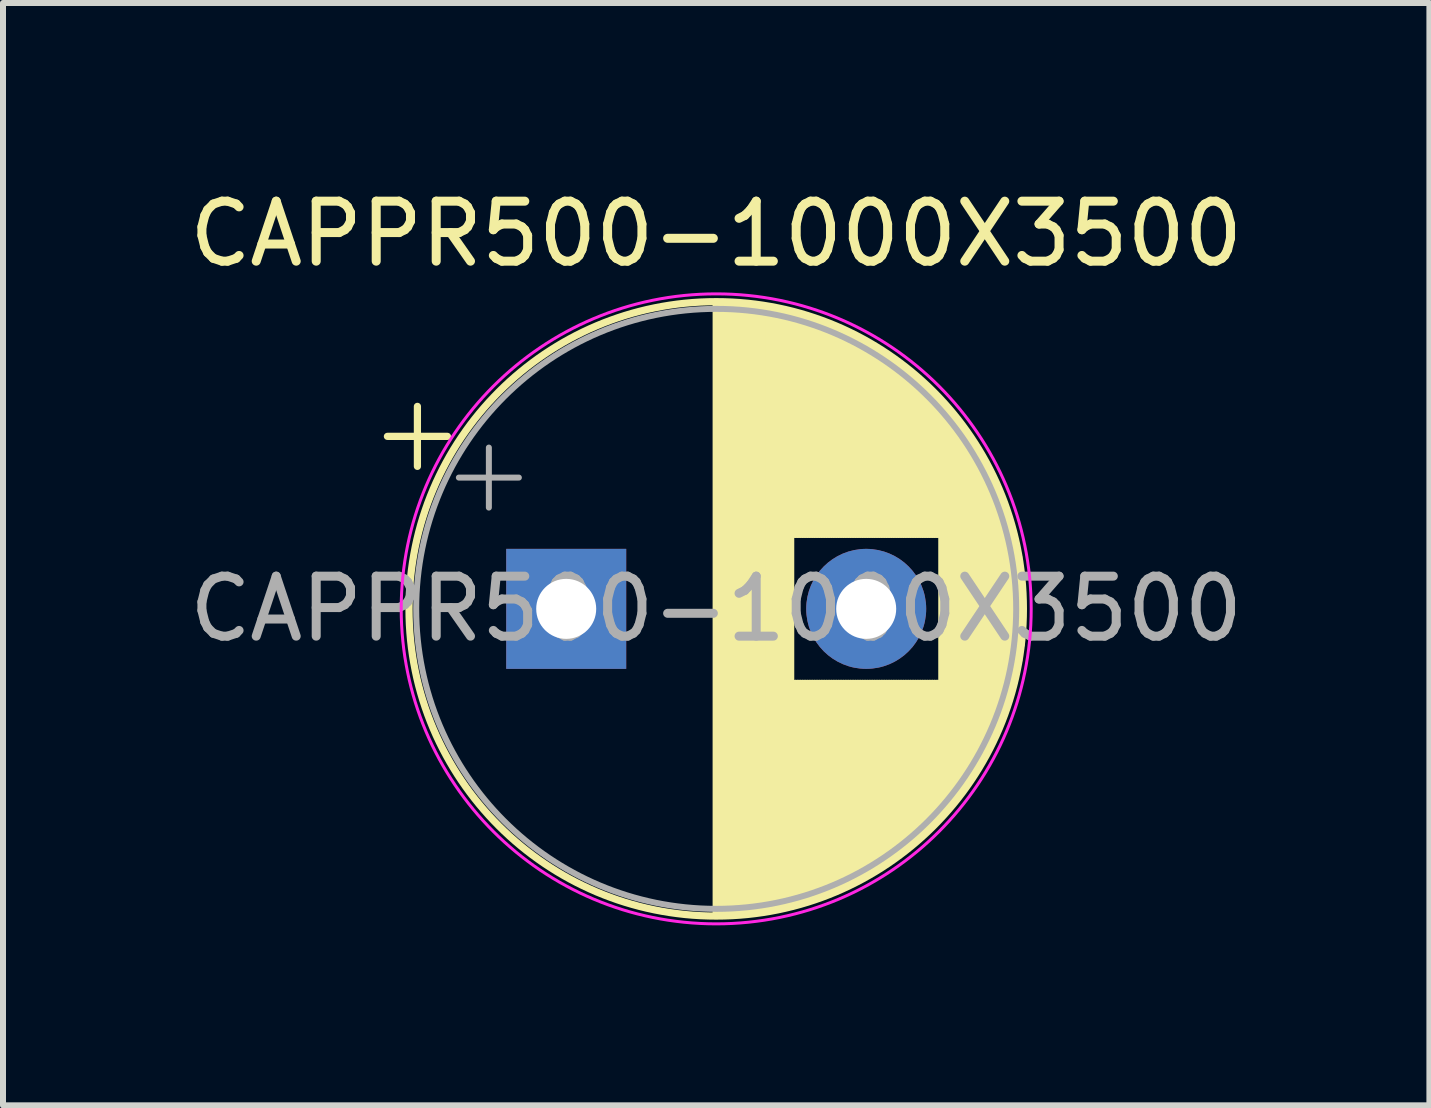
<source format=kicad_pcb>
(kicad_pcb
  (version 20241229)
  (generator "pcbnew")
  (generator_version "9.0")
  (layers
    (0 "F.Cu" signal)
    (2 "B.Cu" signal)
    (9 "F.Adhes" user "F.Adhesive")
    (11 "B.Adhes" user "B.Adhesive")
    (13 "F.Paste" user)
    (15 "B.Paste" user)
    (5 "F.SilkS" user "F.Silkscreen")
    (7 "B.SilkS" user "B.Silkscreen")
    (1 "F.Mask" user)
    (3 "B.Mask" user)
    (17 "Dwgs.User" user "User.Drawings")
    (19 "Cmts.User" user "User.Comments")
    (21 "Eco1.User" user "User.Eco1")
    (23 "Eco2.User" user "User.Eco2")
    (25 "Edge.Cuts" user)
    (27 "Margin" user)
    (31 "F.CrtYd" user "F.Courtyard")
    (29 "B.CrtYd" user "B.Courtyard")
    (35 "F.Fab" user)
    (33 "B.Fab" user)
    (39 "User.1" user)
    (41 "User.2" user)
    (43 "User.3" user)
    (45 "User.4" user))
  (footprint "CAPPR500-1000X3500"
    (layer "F.Cu")
    (at 6.387 7.098)
    (property "Reference" "CAPPR500-1000X3500" (at 2.5 -6.25 0) (layer "F.SilkS") (effects (font (size 1 1) (thickness 0.15))))
    (attr through_hole)
    (fp_line (start -2.98 -2.875) (end -1.98 -2.875) (stroke (width 0.12) (type solid)) (layer "F.SilkS"))
    (fp_line (start -2.48 -3.375) (end -2.48 -2.375) (stroke (width 0.12) (type solid)) (layer "F.SilkS"))
    (fp_line (start 2.5 -5.08) (end 2.5 5.08) (stroke (width 0.12) (type solid)) (layer "F.SilkS"))
    (fp_line (start 2.54 -5.08) (end 2.54 5.08) (stroke (width 0.12) (type solid)) (layer "F.SilkS"))
    (fp_line (start 2.58 -5.08) (end 2.58 5.08) (stroke (width 0.12) (type solid)) (layer "F.SilkS"))
    (fp_line (start 2.62 -5.079) (end 2.62 5.079) (stroke (width 0.12) (type solid)) (layer "F.SilkS"))
    (fp_line (start 2.66 -5.078) (end 2.66 5.078) (stroke (width 0.12) (type solid)) (layer "F.SilkS"))
    (fp_line (start 2.7 -5.077) (end 2.7 5.077) (stroke (width 0.12) (type solid)) (layer "F.SilkS"))
    (fp_line (start 2.74 -5.075) (end 2.74 5.075) (stroke (width 0.12) (type solid)) (layer "F.SilkS"))
    (fp_line (start 2.78 -5.073) (end 2.78 5.073) (stroke (width 0.12) (type solid)) (layer "F.SilkS"))
    (fp_line (start 2.82 -5.07) (end 2.82 5.07) (stroke (width 0.12) (type solid)) (layer "F.SilkS"))
    (fp_line (start 2.86 -5.068) (end 2.86 5.068) (stroke (width 0.12) (type solid)) (layer "F.SilkS"))
    (fp_line (start 2.9 -5.065) (end 2.9 5.065) (stroke (width 0.12) (type solid)) (layer "F.SilkS"))
    (fp_line (start 2.94 -5.062) (end 2.94 5.062) (stroke (width 0.12) (type solid)) (layer "F.SilkS"))
    (fp_line (start 2.98 -5.058) (end 2.98 5.058) (stroke (width 0.12) (type solid)) (layer "F.SilkS"))
    (fp_line (start 3.02 -5.054) (end 3.02 5.054) (stroke (width 0.12) (type solid)) (layer "F.SilkS"))
    (fp_line (start 3.06 -5.05) (end 3.06 5.05) (stroke (width 0.12) (type solid)) (layer "F.SilkS"))
    (fp_line (start 3.1 -5.045) (end 3.1 5.045) (stroke (width 0.12) (type solid)) (layer "F.SilkS"))
    (fp_line (start 3.14 -5.04) (end 3.14 5.04) (stroke (width 0.12) (type solid)) (layer "F.SilkS"))
    (fp_line (start 3.18 -5.035) (end 3.18 5.035) (stroke (width 0.12) (type solid)) (layer "F.SilkS"))
    (fp_line (start 3.221 -5.03) (end 3.221 5.03) (stroke (width 0.12) (type solid)) (layer "F.SilkS"))
    (fp_line (start 3.261 -5.024) (end 3.261 5.024) (stroke (width 0.12) (type solid)) (layer "F.SilkS"))
    (fp_line (start 3.301 -5.018) (end 3.301 5.018) (stroke (width 0.12) (type solid)) (layer "F.SilkS"))
    (fp_line (start 3.341 -5.011) (end 3.341 5.011) (stroke (width 0.12) (type solid)) (layer "F.SilkS"))
    (fp_line (start 3.381 -5.004) (end 3.381 5.004) (stroke (width 0.12) (type solid)) (layer "F.SilkS"))
    (fp_line (start 3.421 -4.997) (end 3.421 4.997) (stroke (width 0.12) (type solid)) (layer "F.SilkS"))
    (fp_line (start 3.461 -4.99) (end 3.461 4.99) (stroke (width 0.12) (type solid)) (layer "F.SilkS"))
    (fp_line (start 3.501 -4.982) (end 3.501 4.982) (stroke (width 0.12) (type solid)) (layer "F.SilkS"))
    (fp_line (start 3.541 -4.974) (end 3.541 4.974) (stroke (width 0.12) (type solid)) (layer "F.SilkS"))
    (fp_line (start 3.581 -4.965) (end 3.581 4.965) (stroke (width 0.12) (type solid)) (layer "F.SilkS"))
    (fp_line (start 3.621 -4.956) (end 3.621 4.956) (stroke (width 0.12) (type solid)) (layer "F.SilkS"))
    (fp_line (start 3.661 -4.947) (end 3.661 4.947) (stroke (width 0.12) (type solid)) (layer "F.SilkS"))
    (fp_line (start 3.701 -4.938) (end 3.701 4.938) (stroke (width 0.12) (type solid)) (layer "F.SilkS"))
    (fp_line (start 3.741 -4.928) (end 3.741 4.928) (stroke (width 0.12) (type solid)) (layer "F.SilkS"))
    (fp_line (start 3.781 -4.918) (end 3.781 -1.241) (stroke (width 0.12) (type solid)) (layer "F.SilkS"))
    (fp_line (start 3.781 1.241) (end 3.781 4.918) (stroke (width 0.12) (type solid)) (layer "F.SilkS"))
    (fp_line (start 3.821 -4.907) (end 3.821 -1.241) (stroke (width 0.12) (type solid)) (layer "F.SilkS"))
    (fp_line (start 3.821 1.241) (end 3.821 4.907) (stroke (width 0.12) (type solid)) (layer "F.SilkS"))
    (fp_line (start 3.861 -4.897) (end 3.861 -1.241) (stroke (width 0.12) (type solid)) (layer "F.SilkS"))
    (fp_line (start 3.861 1.241) (end 3.861 4.897) (stroke (width 0.12) (type solid)) (layer "F.SilkS"))
    (fp_line (start 3.901 -4.885) (end 3.901 -1.241) (stroke (width 0.12) (type solid)) (layer "F.SilkS"))
    (fp_line (start 3.901 1.241) (end 3.901 4.885) (stroke (width 0.12) (type solid)) (layer "F.SilkS"))
    (fp_line (start 3.941 -4.874) (end 3.941 -1.241) (stroke (width 0.12) (type solid)) (layer "F.SilkS"))
    (fp_line (start 3.941 1.241) (end 3.941 4.874) (stroke (width 0.12) (type solid)) (layer "F.SilkS"))
    (fp_line (start 3.981 -4.862) (end 3.981 -1.241) (stroke (width 0.12) (type solid)) (layer "F.SilkS"))
    (fp_line (start 3.981 1.241) (end 3.981 4.862) (stroke (width 0.12) (type solid)) (layer "F.SilkS"))
    (fp_line (start 4.021 -4.85) (end 4.021 -1.241) (stroke (width 0.12) (type solid)) (layer "F.SilkS"))
    (fp_line (start 4.021 1.241) (end 4.021 4.85) (stroke (width 0.12) (type solid)) (layer "F.SilkS"))
    (fp_line (start 4.061 -4.837) (end 4.061 -1.241) (stroke (width 0.12) (type solid)) (layer "F.SilkS"))
    (fp_line (start 4.061 1.241) (end 4.061 4.837) (stroke (width 0.12) (type solid)) (layer "F.SilkS"))
    (fp_line (start 4.101 -4.824) (end 4.101 -1.241) (stroke (width 0.12) (type solid)) (layer "F.SilkS"))
    (fp_line (start 4.101 1.241) (end 4.101 4.824) (stroke (width 0.12) (type solid)) (layer "F.SilkS"))
    (fp_line (start 4.141 -4.811) (end 4.141 -1.241) (stroke (width 0.12) (type solid)) (layer "F.SilkS"))
    (fp_line (start 4.141 1.241) (end 4.141 4.811) (stroke (width 0.12) (type solid)) (layer "F.SilkS"))
    (fp_line (start 4.181 -4.797) (end 4.181 -1.241) (stroke (width 0.12) (type solid)) (layer "F.SilkS"))
    (fp_line (start 4.181 1.241) (end 4.181 4.797) (stroke (width 0.12) (type solid)) (layer "F.SilkS"))
    (fp_line (start 4.221 -4.783) (end 4.221 -1.241) (stroke (width 0.12) (type solid)) (layer "F.SilkS"))
    (fp_line (start 4.221 1.241) (end 4.221 4.783) (stroke (width 0.12) (type solid)) (layer "F.SilkS"))
    (fp_line (start 4.261 -4.768) (end 4.261 -1.241) (stroke (width 0.12) (type solid)) (layer "F.SilkS"))
    (fp_line (start 4.261 1.241) (end 4.261 4.768) (stroke (width 0.12) (type solid)) (layer "F.SilkS"))
    (fp_line (start 4.301 -4.754) (end 4.301 -1.241) (stroke (width 0.12) (type solid)) (layer "F.SilkS"))
    (fp_line (start 4.301 1.241) (end 4.301 4.754) (stroke (width 0.12) (type solid)) (layer "F.SilkS"))
    (fp_line (start 4.341 -4.738) (end 4.341 -1.241) (stroke (width 0.12) (type solid)) (layer "F.SilkS"))
    (fp_line (start 4.341 1.241) (end 4.341 4.738) (stroke (width 0.12) (type solid)) (layer "F.SilkS"))
    (fp_line (start 4.381 -4.723) (end 4.381 -1.241) (stroke (width 0.12) (type solid)) (layer "F.SilkS"))
    (fp_line (start 4.381 1.241) (end 4.381 4.723) (stroke (width 0.12) (type solid)) (layer "F.SilkS"))
    (fp_line (start 4.421 -4.707) (end 4.421 -1.241) (stroke (width 0.12) (type solid)) (layer "F.SilkS"))
    (fp_line (start 4.421 1.241) (end 4.421 4.707) (stroke (width 0.12) (type solid)) (layer "F.SilkS"))
    (fp_line (start 4.461 -4.69) (end 4.461 -1.241) (stroke (width 0.12) (type solid)) (layer "F.SilkS"))
    (fp_line (start 4.461 1.241) (end 4.461 4.69) (stroke (width 0.12) (type solid)) (layer "F.SilkS"))
    (fp_line (start 4.501 -4.674) (end 4.501 -1.241) (stroke (width 0.12) (type solid)) (layer "F.SilkS"))
    (fp_line (start 4.501 1.241) (end 4.501 4.674) (stroke (width 0.12) (type solid)) (layer "F.SilkS"))
    (fp_line (start 4.541 -4.657) (end 4.541 -1.241) (stroke (width 0.12) (type solid)) (layer "F.SilkS"))
    (fp_line (start 4.541 1.241) (end 4.541 4.657) (stroke (width 0.12) (type solid)) (layer "F.SilkS"))
    (fp_line (start 4.581 -4.639) (end 4.581 -1.241) (stroke (width 0.12) (type solid)) (layer "F.SilkS"))
    (fp_line (start 4.581 1.241) (end 4.581 4.639) (stroke (width 0.12) (type solid)) (layer "F.SilkS"))
    (fp_line (start 4.621 -4.621) (end 4.621 -1.241) (stroke (width 0.12) (type solid)) (layer "F.SilkS"))
    (fp_line (start 4.621 1.241) (end 4.621 4.621) (stroke (width 0.12) (type solid)) (layer "F.SilkS"))
    (fp_line (start 4.661 -4.603) (end 4.661 -1.241) (stroke (width 0.12) (type solid)) (layer "F.SilkS"))
    (fp_line (start 4.661 1.241) (end 4.661 4.603) (stroke (width 0.12) (type solid)) (layer "F.SilkS"))
    (fp_line (start 4.701 -4.584) (end 4.701 -1.241) (stroke (width 0.12) (type solid)) (layer "F.SilkS"))
    (fp_line (start 4.701 1.241) (end 4.701 4.584) (stroke (width 0.12) (type solid)) (layer "F.SilkS"))
    (fp_line (start 4.741 -4.564) (end 4.741 -1.241) (stroke (width 0.12) (type solid)) (layer "F.SilkS"))
    (fp_line (start 4.741 1.241) (end 4.741 4.564) (stroke (width 0.12) (type solid)) (layer "F.SilkS"))
    (fp_line (start 4.781 -4.545) (end 4.781 -1.241) (stroke (width 0.12) (type solid)) (layer "F.SilkS"))
    (fp_line (start 4.781 1.241) (end 4.781 4.545) (stroke (width 0.12) (type solid)) (layer "F.SilkS"))
    (fp_line (start 4.821 -4.525) (end 4.821 -1.241) (stroke (width 0.12) (type solid)) (layer "F.SilkS"))
    (fp_line (start 4.821 1.241) (end 4.821 4.525) (stroke (width 0.12) (type solid)) (layer "F.SilkS"))
    (fp_line (start 4.861 -4.504) (end 4.861 -1.241) (stroke (width 0.12) (type solid)) (layer "F.SilkS"))
    (fp_line (start 4.861 1.241) (end 4.861 4.504) (stroke (width 0.12) (type solid)) (layer "F.SilkS"))
    (fp_line (start 4.901 -4.483) (end 4.901 -1.241) (stroke (width 0.12) (type solid)) (layer "F.SilkS"))
    (fp_line (start 4.901 1.241) (end 4.901 4.483) (stroke (width 0.12) (type solid)) (layer "F.SilkS"))
    (fp_line (start 4.941 -4.462) (end 4.941 -1.241) (stroke (width 0.12) (type solid)) (layer "F.SilkS"))
    (fp_line (start 4.941 1.241) (end 4.941 4.462) (stroke (width 0.12) (type solid)) (layer "F.SilkS"))
    (fp_line (start 4.981 -4.44) (end 4.981 -1.241) (stroke (width 0.12) (type solid)) (layer "F.SilkS"))
    (fp_line (start 4.981 1.241) (end 4.981 4.44) (stroke (width 0.12) (type solid)) (layer "F.SilkS"))
    (fp_line (start 5.021 -4.417) (end 5.021 -1.241) (stroke (width 0.12) (type solid)) (layer "F.SilkS"))
    (fp_line (start 5.021 1.241) (end 5.021 4.417) (stroke (width 0.12) (type solid)) (layer "F.SilkS"))
    (fp_line (start 5.061 -4.395) (end 5.061 -1.241) (stroke (width 0.12) (type solid)) (layer "F.SilkS"))
    (fp_line (start 5.061 1.241) (end 5.061 4.395) (stroke (width 0.12) (type solid)) (layer "F.SilkS"))
    (fp_line (start 5.101 -4.371) (end 5.101 -1.241) (stroke (width 0.12) (type solid)) (layer "F.SilkS"))
    (fp_line (start 5.101 1.241) (end 5.101 4.371) (stroke (width 0.12) (type solid)) (layer "F.SilkS"))
    (fp_line (start 5.141 -4.347) (end 5.141 -1.241) (stroke (width 0.12) (type solid)) (layer "F.SilkS"))
    (fp_line (start 5.141 1.241) (end 5.141 4.347) (stroke (width 0.12) (type solid)) (layer "F.SilkS"))
    (fp_line (start 5.181 -4.323) (end 5.181 -1.241) (stroke (width 0.12) (type solid)) (layer "F.SilkS"))
    (fp_line (start 5.181 1.241) (end 5.181 4.323) (stroke (width 0.12) (type solid)) (layer "F.SilkS"))
    (fp_line (start 5.221 -4.298) (end 5.221 -1.241) (stroke (width 0.12) (type solid)) (layer "F.SilkS"))
    (fp_line (start 5.221 1.241) (end 5.221 4.298) (stroke (width 0.12) (type solid)) (layer "F.SilkS"))
    (fp_line (start 5.261 -4.273) (end 5.261 -1.241) (stroke (width 0.12) (type solid)) (layer "F.SilkS"))
    (fp_line (start 5.261 1.241) (end 5.261 4.273) (stroke (width 0.12) (type solid)) (layer "F.SilkS"))
    (fp_line (start 5.301 -4.247) (end 5.301 -1.241) (stroke (width 0.12) (type solid)) (layer "F.SilkS"))
    (fp_line (start 5.301 1.241) (end 5.301 4.247) (stroke (width 0.12) (type solid)) (layer "F.SilkS"))
    (fp_line (start 5.341 -4.221) (end 5.341 -1.241) (stroke (width 0.12) (type solid)) (layer "F.SilkS"))
    (fp_line (start 5.341 1.241) (end 5.341 4.221) (stroke (width 0.12) (type solid)) (layer "F.SilkS"))
    (fp_line (start 5.381 -4.194) (end 5.381 -1.241) (stroke (width 0.12) (type solid)) (layer "F.SilkS"))
    (fp_line (start 5.381 1.241) (end 5.381 4.194) (stroke (width 0.12) (type solid)) (layer "F.SilkS"))
    (fp_line (start 5.421 -4.166) (end 5.421 -1.241) (stroke (width 0.12) (type solid)) (layer "F.SilkS"))
    (fp_line (start 5.421 1.241) (end 5.421 4.166) (stroke (width 0.12) (type solid)) (layer "F.SilkS"))
    (fp_line (start 5.461 -4.138) (end 5.461 -1.241) (stroke (width 0.12) (type solid)) (layer "F.SilkS"))
    (fp_line (start 5.461 1.241) (end 5.461 4.138) (stroke (width 0.12) (type solid)) (layer "F.SilkS"))
    (fp_line (start 5.501 -4.11) (end 5.501 -1.241) (stroke (width 0.12) (type solid)) (layer "F.SilkS"))
    (fp_line (start 5.501 1.241) (end 5.501 4.11) (stroke (width 0.12) (type solid)) (layer "F.SilkS"))
    (fp_line (start 5.541 -4.08) (end 5.541 -1.241) (stroke (width 0.12) (type solid)) (layer "F.SilkS"))
    (fp_line (start 5.541 1.241) (end 5.541 4.08) (stroke (width 0.12) (type solid)) (layer "F.SilkS"))
    (fp_line (start 5.581 -4.05) (end 5.581 -1.241) (stroke (width 0.12) (type solid)) (layer "F.SilkS"))
    (fp_line (start 5.581 1.241) (end 5.581 4.05) (stroke (width 0.12) (type solid)) (layer "F.SilkS"))
    (fp_line (start 5.621 -4.02) (end 5.621 -1.241) (stroke (width 0.12) (type solid)) (layer "F.SilkS"))
    (fp_line (start 5.621 1.241) (end 5.621 4.02) (stroke (width 0.12) (type solid)) (layer "F.SilkS"))
    (fp_line (start 5.661 -3.989) (end 5.661 -1.241) (stroke (width 0.12) (type solid)) (layer "F.SilkS"))
    (fp_line (start 5.661 1.241) (end 5.661 3.989) (stroke (width 0.12) (type solid)) (layer "F.SilkS"))
    (fp_line (start 5.701 -3.957) (end 5.701 -1.241) (stroke (width 0.12) (type solid)) (layer "F.SilkS"))
    (fp_line (start 5.701 1.241) (end 5.701 3.957) (stroke (width 0.12) (type solid)) (layer "F.SilkS"))
    (fp_line (start 5.741 -3.925) (end 5.741 -1.241) (stroke (width 0.12) (type solid)) (layer "F.SilkS"))
    (fp_line (start 5.741 1.241) (end 5.741 3.925) (stroke (width 0.12) (type solid)) (layer "F.SilkS"))
    (fp_line (start 5.781 -3.892) (end 5.781 -1.241) (stroke (width 0.12) (type solid)) (layer "F.SilkS"))
    (fp_line (start 5.781 1.241) (end 5.781 3.892) (stroke (width 0.12) (type solid)) (layer "F.SilkS"))
    (fp_line (start 5.821 -3.858) (end 5.821 -1.241) (stroke (width 0.12) (type solid)) (layer "F.SilkS"))
    (fp_line (start 5.821 1.241) (end 5.821 3.858) (stroke (width 0.12) (type solid)) (layer "F.SilkS"))
    (fp_line (start 5.861 -3.824) (end 5.861 -1.241) (stroke (width 0.12) (type solid)) (layer "F.SilkS"))
    (fp_line (start 5.861 1.241) (end 5.861 3.824) (stroke (width 0.12) (type solid)) (layer "F.SilkS"))
    (fp_line (start 5.901 -3.789) (end 5.901 -1.241) (stroke (width 0.12) (type solid)) (layer "F.SilkS"))
    (fp_line (start 5.901 1.241) (end 5.901 3.789) (stroke (width 0.12) (type solid)) (layer "F.SilkS"))
    (fp_line (start 5.941 -3.753) (end 5.941 -1.241) (stroke (width 0.12) (type solid)) (layer "F.SilkS"))
    (fp_line (start 5.941 1.241) (end 5.941 3.753) (stroke (width 0.12) (type solid)) (layer "F.SilkS"))
    (fp_line (start 5.981 -3.716) (end 5.981 -1.241) (stroke (width 0.12) (type solid)) (layer "F.SilkS"))
    (fp_line (start 5.981 1.241) (end 5.981 3.716) (stroke (width 0.12) (type solid)) (layer "F.SilkS"))
    (fp_line (start 6.021 -3.679) (end 6.021 -1.241) (stroke (width 0.12) (type solid)) (layer "F.SilkS"))
    (fp_line (start 6.021 1.241) (end 6.021 3.679) (stroke (width 0.12) (type solid)) (layer "F.SilkS"))
    (fp_line (start 6.061 -3.64) (end 6.061 -1.241) (stroke (width 0.12) (type solid)) (layer "F.SilkS"))
    (fp_line (start 6.061 1.241) (end 6.061 3.64) (stroke (width 0.12) (type solid)) (layer "F.SilkS"))
    (fp_line (start 6.101 -3.601) (end 6.101 -1.241) (stroke (width 0.12) (type solid)) (layer "F.SilkS"))
    (fp_line (start 6.101 1.241) (end 6.101 3.601) (stroke (width 0.12) (type solid)) (layer "F.SilkS"))
    (fp_line (start 6.141 -3.561) (end 6.141 -1.241) (stroke (width 0.12) (type solid)) (layer "F.SilkS"))
    (fp_line (start 6.141 1.241) (end 6.141 3.561) (stroke (width 0.12) (type solid)) (layer "F.SilkS"))
    (fp_line (start 6.181 -3.52) (end 6.181 -1.241) (stroke (width 0.12) (type solid)) (layer "F.SilkS"))
    (fp_line (start 6.181 1.241) (end 6.181 3.52) (stroke (width 0.12) (type solid)) (layer "F.SilkS"))
    (fp_line (start 6.221 -3.478) (end 6.221 -1.241) (stroke (width 0.12) (type solid)) (layer "F.SilkS"))
    (fp_line (start 6.221 1.241) (end 6.221 3.478) (stroke (width 0.12) (type solid)) (layer "F.SilkS"))
    (fp_line (start 6.261 -3.436) (end 6.261 3.436) (stroke (width 0.12) (type solid)) (layer "F.SilkS"))
    (fp_line (start 6.301 -3.392) (end 6.301 3.392) (stroke (width 0.12) (type solid)) (layer "F.SilkS"))
    (fp_line (start 6.341 -3.347) (end 6.341 3.347) (stroke (width 0.12) (type solid)) (layer "F.SilkS"))
    (fp_line (start 6.381 -3.301) (end 6.381 3.301) (stroke (width 0.12) (type solid)) (layer "F.SilkS"))
    (fp_line (start 6.421 -3.254) (end 6.421 3.254) (stroke (width 0.12) (type solid)) (layer "F.SilkS"))
    (fp_line (start 6.461 -3.206) (end 6.461 3.206) (stroke (width 0.12) (type solid)) (layer "F.SilkS"))
    (fp_line (start 6.501 -3.156) (end 6.501 3.156) (stroke (width 0.12) (type solid)) (layer "F.SilkS"))
    (fp_line (start 6.541 -3.106) (end 6.541 3.106) (stroke (width 0.12) (type solid)) (layer "F.SilkS"))
    (fp_line (start 6.581 -3.054) (end 6.581 3.054) (stroke (width 0.12) (type solid)) (layer "F.SilkS"))
    (fp_line (start 6.621 -3) (end 6.621 3) (stroke (width 0.12) (type solid)) (layer "F.SilkS"))
    (fp_line (start 6.661 -2.945) (end 6.661 2.945) (stroke (width 0.12) (type solid)) (layer "F.SilkS"))
    (fp_line (start 6.701 -2.889) (end 6.701 2.889) (stroke (width 0.12) (type solid)) (layer "F.SilkS"))
    (fp_line (start 6.741 -2.83) (end 6.741 2.83) (stroke (width 0.12) (type solid)) (layer "F.SilkS"))
    (fp_line (start 6.781 -2.77) (end 6.781 2.77) (stroke (width 0.12) (type solid)) (layer "F.SilkS"))
    (fp_line (start 6.821 -2.709) (end 6.821 2.709) (stroke (width 0.12) (type solid)) (layer "F.SilkS"))
    (fp_line (start 6.861 -2.645) (end 6.861 2.645) (stroke (width 0.12) (type solid)) (layer "F.SilkS"))
    (fp_line (start 6.901 -2.579) (end 6.901 2.579) (stroke (width 0.12) (type solid)) (layer "F.SilkS"))
    (fp_line (start 6.941 -2.51) (end 6.941 2.51) (stroke (width 0.12) (type solid)) (layer "F.SilkS"))
    (fp_line (start 6.981 -2.439) (end 6.981 2.439) (stroke (width 0.12) (type solid)) (layer "F.SilkS"))
    (fp_line (start 7.021 -2.365) (end 7.021 2.365) (stroke (width 0.12) (type solid)) (layer "F.SilkS"))
    (fp_line (start 7.061 -2.289) (end 7.061 2.289) (stroke (width 0.12) (type solid)) (layer "F.SilkS"))
    (fp_line (start 7.101 -2.209) (end 7.101 2.209) (stroke (width 0.12) (type solid)) (layer "F.SilkS"))
    (fp_line (start 7.141 -2.125) (end 7.141 2.125) (stroke (width 0.12) (type solid)) (layer "F.SilkS"))
    (fp_line (start 7.181 -2.037) (end 7.181 2.037) (stroke (width 0.12) (type solid)) (layer "F.SilkS"))
    (fp_line (start 7.221 -1.944) (end 7.221 1.944) (stroke (width 0.12) (type solid)) (layer "F.SilkS"))
    (fp_line (start 7.261 -1.846) (end 7.261 1.846) (stroke (width 0.12) (type solid)) (layer "F.SilkS"))
    (fp_line (start 7.301 -1.742) (end 7.301 1.742) (stroke (width 0.12) (type solid)) (layer "F.SilkS"))
    (fp_line (start 7.341 -1.63) (end 7.341 1.63) (stroke (width 0.12) (type solid)) (layer "F.SilkS"))
    (fp_line (start 7.381 -1.51) (end 7.381 1.51) (stroke (width 0.12) (type solid)) (layer "F.SilkS"))
    (fp_line (start 7.421 -1.378) (end 7.421 1.378) (stroke (width 0.12) (type solid)) (layer "F.SilkS"))
    (fp_line (start 7.461 -1.23) (end 7.461 1.23) (stroke (width 0.12) (type solid)) (layer "F.SilkS"))
    (fp_line (start 7.501 -1.062) (end 7.501 1.062) (stroke (width 0.12) (type solid)) (layer "F.SilkS"))
    (fp_line (start 7.541 -0.862) (end 7.541 0.862) (stroke (width 0.12) (type solid)) (layer "F.SilkS"))
    (fp_line (start 7.581 -0.599) (end 7.581 0.599) (stroke (width 0.12) (type solid)) (layer "F.SilkS"))
    (fp_circle (center 2.5 0) (end 7.62 0) (stroke (width 0.12) (type solid)) (fill no) (layer "F.SilkS"))
    (fp_circle (center 2.5 0) (end 7.75 0) (stroke (width 0.05) (type solid)) (fill no) (layer "F.CrtYd"))
    (fp_line (start -1.789 -2.188) (end -0.789 -2.188) (stroke (width 0.1) (type solid)) (layer "F.Fab"))
    (fp_line (start -1.289 -2.688) (end -1.289 -1.688) (stroke (width 0.1) (type solid)) (layer "F.Fab"))
    (fp_circle (center 2.5 0) (end 7.5 0) (stroke (width 0.1) (type solid)) (fill no) (layer "F.Fab"))
    (fp_text user "${REFERENCE}" (at 2.5 0 0) (layer "F.Fab") (effects (font (size 1 1) (thickness 0.15))))
    (pad "1" thru_hole rect (at 0 0) (size 2 2) (drill 1) (layers "*.Cu" "*.Mask"))
    (pad "2" thru_hole circle (at 5 0) (size 2 2) (drill 1) (layers "*.Cu" "*.Mask")))
  (gr_rect
    (start -3 -3)
    (end 20.774 15.373)
    (stroke (width 0.1) (type default))
    (fill no)
    (layer "Edge.Cuts")))
</source>
